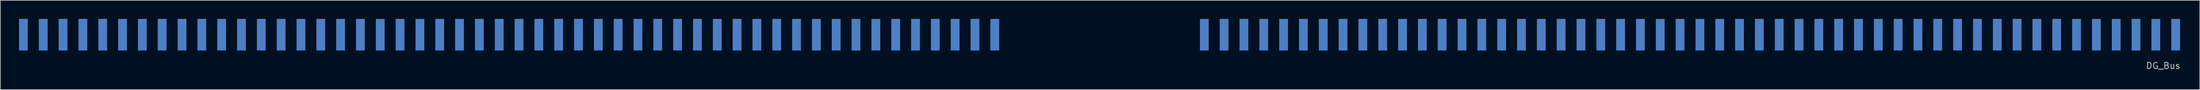
<source format=kicad_pcb>
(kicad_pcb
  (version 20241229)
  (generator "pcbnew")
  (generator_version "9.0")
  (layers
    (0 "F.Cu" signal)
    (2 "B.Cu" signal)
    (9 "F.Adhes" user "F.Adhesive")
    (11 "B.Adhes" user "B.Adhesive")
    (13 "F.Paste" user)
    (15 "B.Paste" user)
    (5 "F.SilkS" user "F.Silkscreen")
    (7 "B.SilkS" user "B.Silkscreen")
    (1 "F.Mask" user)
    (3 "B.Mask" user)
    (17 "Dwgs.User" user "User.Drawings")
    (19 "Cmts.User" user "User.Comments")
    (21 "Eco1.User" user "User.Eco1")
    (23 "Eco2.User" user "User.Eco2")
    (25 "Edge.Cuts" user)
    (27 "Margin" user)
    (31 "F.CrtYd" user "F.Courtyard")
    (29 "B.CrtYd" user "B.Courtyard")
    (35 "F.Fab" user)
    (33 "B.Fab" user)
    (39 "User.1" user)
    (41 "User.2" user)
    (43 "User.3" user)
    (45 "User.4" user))
  (footprint "DG_Bus"
    (layer "F.Cu")
    (at 345.402 2.54)
    (property "Reference" "DG_Bus" (at -2 5 0) (layer "F.Fab") (effects (font (size 1 1) (thickness 0.15))))
    (attr through_hole)
    (pad "A1" connect rect (at 0 0) (size 1.397 5.08) (layers "F.Cu" "F.Mask"))
    (pad "A2" connect rect (at 0 0) (size 1.397 5.08) (layers "B.Cu" "B.Mask"))
    (pad "A3" connect rect (at -3.175 0) (size 1.397 5.08) (layers "F.Cu" "F.Mask"))
    (pad "A4" connect rect (at -3.175 0) (size 1.397 5.08) (layers "B.Cu" "B.Mask"))
    (pad "A5" connect rect (at -6.35 0) (size 1.397 5.08) (layers "F.Cu" "F.Mask"))
    (pad "A6" connect rect (at -6.35 0) (size 1.397 5.08) (layers "B.Cu" "B.Mask"))
    (pad "A7" connect rect (at -9.525 0) (size 1.397 5.08) (layers "F.Cu" "F.Mask"))
    (pad "A8" connect rect (at -9.525 0) (size 1.397 5.08) (layers "B.Cu" "B.Mask"))
    (pad "A9" connect rect (at -12.7 0) (size 1.397 5.08) (layers "F.Cu" "F.Mask"))
    (pad "A10" connect rect (at -12.7 0) (size 1.397 5.08) (layers "B.Cu" "B.Mask"))
    (pad "A11" connect rect (at -15.875 0) (size 1.397 5.08) (layers "F.Cu" "F.Mask"))
    (pad "A12" connect rect (at -15.875 0) (size 1.397 5.08) (layers "B.Cu" "B.Mask"))
    (pad "A13" connect rect (at -19.05 0) (size 1.397 5.08) (layers "F.Cu" "F.Mask"))
    (pad "A14" connect rect (at -19.05 0) (size 1.397 5.08) (layers "B.Cu" "B.Mask"))
    (pad "A15" connect rect (at -22.225 0) (size 1.397 5.08) (layers "F.Cu" "F.Mask"))
    (pad "A16" connect rect (at -22.225 0) (size 1.397 5.08) (layers "B.Cu" "B.Mask"))
    (pad "A17" connect rect (at -25.4 0) (size 1.397 5.08) (layers "F.Cu" "F.Mask"))
    (pad "A18" connect rect (at -25.4 0) (size 1.397 5.08) (layers "B.Cu" "B.Mask"))
    (pad "A19" connect rect (at -28.575 0) (size 1.397 5.08) (layers "F.Cu" "F.Mask"))
    (pad "A20" connect rect (at -28.575 0) (size 1.397 5.08) (layers "B.Cu" "B.Mask"))
    (pad "A21" connect rect (at -31.75 0) (size 1.397 5.08) (layers "F.Cu" "F.Mask"))
    (pad "A22" connect rect (at -31.75 0) (size 1.397 5.08) (layers "B.Cu" "B.Mask"))
    (pad "A23" connect rect (at -34.925 0) (size 1.397 5.08) (layers "F.Cu" "F.Mask"))
    (pad "A24" connect rect (at -34.925 0) (size 1.397 5.08) (layers "B.Cu" "B.Mask"))
    (pad "A25" connect rect (at -38.1 0) (size 1.397 5.08) (layers "F.Cu" "F.Mask"))
    (pad "A26" connect rect (at -38.1 0) (size 1.397 5.08) (layers "B.Cu" "B.Mask"))
    (pad "A27" connect rect (at -41.275 0) (size 1.397 5.08) (layers "F.Cu" "F.Mask"))
    (pad "A28" connect rect (at -41.275 0) (size 1.397 5.08) (layers "B.Cu" "B.Mask"))
    (pad "A29" connect rect (at -44.45 0) (size 1.397 5.08) (layers "F.Cu" "F.Mask"))
    (pad "A30" connect rect (at -44.45 0) (size 1.397 5.08) (layers "B.Cu" "B.Mask"))
    (pad "A31" connect rect (at -47.625 0) (size 1.397 5.08) (layers "F.Cu" "F.Mask"))
    (pad "A32" connect rect (at -47.625 0) (size 1.397 5.08) (layers "B.Cu" "B.Mask"))
    (pad "A33" connect rect (at -50.8 0) (size 1.397 5.08) (layers "F.Cu" "F.Mask"))
    (pad "A34" connect rect (at -50.8 0) (size 1.397 5.08) (layers "B.Cu" "B.Mask"))
    (pad "A35" connect rect (at -53.975 0) (size 1.397 5.08) (layers "F.Cu" "F.Mask"))
    (pad "A36" connect rect (at -53.975 0) (size 1.397 5.08) (layers "B.Cu" "B.Mask"))
    (pad "A37" connect rect (at -57.15 0) (size 1.397 5.08) (layers "F.Cu" "F.Mask"))
    (pad "A38" connect rect (at -57.15 0) (size 1.397 5.08) (layers "B.Cu" "B.Mask"))
    (pad "A39" connect rect (at -60.325 0) (size 1.397 5.08) (layers "F.Cu" "F.Mask"))
    (pad "A40" connect rect (at -60.325 0) (size 1.397 5.08) (layers "B.Cu" "B.Mask"))
    (pad "A41" connect rect (at -63.5 0) (size 1.397 5.08) (layers "F.Cu" "F.Mask"))
    (pad "A42" connect rect (at -63.5 0) (size 1.397 5.08) (layers "B.Cu" "B.Mask"))
    (pad "A43" connect rect (at -66.675 0) (size 1.397 5.08) (layers "F.Cu" "F.Mask"))
    (pad "A44" connect rect (at -66.675 0) (size 1.397 5.08) (layers "B.Cu" "B.Mask"))
    (pad "A45" connect rect (at -69.85 0) (size 1.397 5.08) (layers "F.Cu" "F.Mask"))
    (pad "A46" connect rect (at -69.85 0) (size 1.397 5.08) (layers "B.Cu" "B.Mask"))
    (pad "A47" connect rect (at -73.025 0) (size 1.397 5.08) (layers "F.Cu" "F.Mask"))
    (pad "A48" connect rect (at -73.025 0) (size 1.397 5.08) (layers "B.Cu" "B.Mask"))
    (pad "A49" connect rect (at -76.2 0) (size 1.397 5.08) (layers "F.Cu" "F.Mask"))
    (pad "A50" connect rect (at -76.2 0) (size 1.397 5.08) (layers "B.Cu" "B.Mask"))
    (pad "A51" connect rect (at -79.375 0) (size 1.397 5.08) (layers "F.Cu" "F.Mask"))
    (pad "A52" connect rect (at -79.375 0) (size 1.397 5.08) (layers "B.Cu" "B.Mask"))
    (pad "A53" connect rect (at -82.55 0) (size 1.397 5.08) (layers "F.Cu" "F.Mask"))
    (pad "A54" connect rect (at -82.55 0) (size 1.397 5.08) (layers "B.Cu" "B.Mask"))
    (pad "A55" connect rect (at -85.725 0) (size 1.397 5.08) (layers "F.Cu" "F.Mask"))
    (pad "A56" connect rect (at -85.725 0) (size 1.397 5.08) (layers "B.Cu" "B.Mask"))
    (pad "A57" connect rect (at -88.9 0) (size 1.397 5.08) (layers "F.Cu" "F.Mask"))
    (pad "A58" connect rect (at -88.9 0) (size 1.397 5.08) (layers "B.Cu" "B.Mask"))
    (pad "A59" connect rect (at -92.075 0) (size 1.397 5.08) (layers "F.Cu" "F.Mask"))
    (pad "A60" connect rect (at -92.075 0) (size 1.397 5.08) (layers "B.Cu" "B.Mask"))
    (pad "A61" connect rect (at -95.25 0) (size 1.397 5.08) (layers "F.Cu" "F.Mask"))
    (pad "A62" connect rect (at -95.25 0) (size 1.397 5.08) (layers "B.Cu" "B.Mask"))
    (pad "A63" connect rect (at -98.425 0) (size 1.397 5.08) (layers "F.Cu" "F.Mask"))
    (pad "A64" connect rect (at -98.425 0) (size 1.397 5.08) (layers "B.Cu" "B.Mask"))
    (pad "A65" connect rect (at -101.6 0) (size 1.397 5.08) (layers "F.Cu" "F.Mask"))
    (pad "A66" connect rect (at -101.6 0) (size 1.397 5.08) (layers "B.Cu" "B.Mask"))
    (pad "A67" connect rect (at -104.775 0) (size 1.397 5.08) (layers "F.Cu" "F.Mask"))
    (pad "A68" connect rect (at -104.775 0) (size 1.397 5.08) (layers "B.Cu" "B.Mask"))
    (pad "A69" connect rect (at -107.95 0) (size 1.397 5.08) (layers "F.Cu" "F.Mask"))
    (pad "A70" connect rect (at -107.95 0) (size 1.397 5.08) (layers "B.Cu" "B.Mask"))
    (pad "A71" connect rect (at -111.125 0) (size 1.397 5.08) (layers "F.Cu" "F.Mask"))
    (pad "A72" connect rect (at -111.125 0) (size 1.397 5.08) (layers "B.Cu" "B.Mask"))
    (pad "A73" connect rect (at -114.3 0) (size 1.397 5.08) (layers "F.Cu" "F.Mask"))
    (pad "A74" connect rect (at -114.3 0) (size 1.397 5.08) (layers "B.Cu" "B.Mask"))
    (pad "A75" connect rect (at -117.475 0) (size 1.397 5.08) (layers "F.Cu" "F.Mask"))
    (pad "A76" connect rect (at -117.475 0) (size 1.397 5.08) (layers "B.Cu" "B.Mask"))
    (pad "A77" connect rect (at -120.65 0) (size 1.397 5.08) (layers "F.Cu" "F.Mask"))
    (pad "A78" connect rect (at -120.65 0) (size 1.397 5.08) (layers "B.Cu" "B.Mask"))
    (pad "A79" connect rect (at -123.825 0) (size 1.397 5.08) (layers "F.Cu" "F.Mask"))
    (pad "A80" connect rect (at -123.825 0) (size 1.397 5.08) (layers "B.Cu" "B.Mask"))
    (pad "A81" connect rect (at -127 0) (size 1.397 5.08) (layers "F.Cu" "F.Mask"))
    (pad "A82" connect rect (at -127 0) (size 1.397 5.08) (layers "B.Cu" "B.Mask"))
    (pad "A83" connect rect (at -130.175 0) (size 1.397 5.08) (layers "F.Cu" "F.Mask"))
    (pad "A84" connect rect (at -130.175 0) (size 1.397 5.08) (layers "B.Cu" "B.Mask"))
    (pad "A85" connect rect (at -133.35 0) (size 1.397 5.08) (layers "F.Cu" "F.Mask"))
    (pad "A86" connect rect (at -133.35 0) (size 1.397 5.08) (layers "B.Cu" "B.Mask"))
    (pad "A87" connect rect (at -136.525 0) (size 1.397 5.08) (layers "F.Cu" "F.Mask"))
    (pad "A88" connect rect (at -136.525 0) (size 1.397 5.08) (layers "B.Cu" "B.Mask"))
    (pad "A89" connect rect (at -139.7 0) (size 1.397 5.08) (layers "F.Cu" "F.Mask"))
    (pad "A90" connect rect (at -139.7 0) (size 1.397 5.08) (layers "B.Cu" "B.Mask"))
    (pad "A91" connect rect (at -142.875 0) (size 1.397 5.08) (layers "F.Cu" "F.Mask"))
    (pad "A92" connect rect (at -142.875 0) (size 1.397 5.08) (layers "B.Cu" "B.Mask"))
    (pad "A93" connect rect (at -146.05 0) (size 1.397 5.08) (layers "F.Cu" "F.Mask"))
    (pad "A94" connect rect (at -146.05 0) (size 1.397 5.08) (layers "B.Cu" "B.Mask"))
    (pad "A95" connect rect (at -149.225 0) (size 1.397 5.08) (layers "F.Cu" "F.Mask"))
    (pad "A96" connect rect (at -149.225 0) (size 1.397 5.08) (layers "B.Cu" "B.Mask"))
    (pad "A97" connect rect (at -152.4 0) (size 1.397 5.08) (layers "F.Cu" "F.Mask"))
    (pad "A98" connect rect (at -152.4 0) (size 1.397 5.08) (layers "B.Cu" "B.Mask"))
    (pad "A99" connect rect (at -155.575 0) (size 1.397 5.08) (layers "F.Cu" "F.Mask"))
    (pad "A100" connect rect (at -155.575 0) (size 1.397 5.08) (layers "B.Cu" "B.Mask"))
    (pad "B1" connect rect (at -189.128 0) (size 1.397 5.08) (layers "F.Cu" "F.Mask"))
    (pad "B2" connect rect (at -189.128 0) (size 1.397 5.08) (layers "B.Cu" "B.Mask"))
    (pad "B3" connect rect (at -192.303 0) (size 1.397 5.08) (layers "F.Cu" "F.Mask"))
    (pad "B4" connect rect (at -192.303 0) (size 1.397 5.08) (layers "B.Cu" "B.Mask"))
    (pad "B5" connect rect (at -195.478 0) (size 1.397 5.08) (layers "F.Cu" "F.Mask"))
    (pad "B6" connect rect (at -195.478 0) (size 1.397 5.08) (layers "B.Cu" "B.Mask"))
    (pad "B7" connect rect (at -198.653 0) (size 1.397 5.08) (layers "F.Cu" "F.Mask"))
    (pad "B8" connect rect (at -198.653 0) (size 1.397 5.08) (layers "B.Cu" "B.Mask"))
    (pad "B9" connect rect (at -201.828 0) (size 1.397 5.08) (layers "F.Cu" "F.Mask"))
    (pad "B10" connect rect (at -201.828 0) (size 1.397 5.08) (layers "B.Cu" "B.Mask"))
    (pad "B11" connect rect (at -205.003 0) (size 1.397 5.08) (layers "F.Cu" "F.Mask"))
    (pad "B12" connect rect (at -205.003 0) (size 1.397 5.08) (layers "B.Cu" "B.Mask"))
    (pad "B13" connect rect (at -208.178 0) (size 1.397 5.08) (layers "F.Cu" "F.Mask"))
    (pad "B14" connect rect (at -208.178 0) (size 1.397 5.08) (layers "B.Cu" "B.Mask"))
    (pad "B15" connect rect (at -211.353 0) (size 1.397 5.08) (layers "F.Cu" "F.Mask"))
    (pad "B16" connect rect (at -211.353 0) (size 1.397 5.08) (layers "B.Cu" "B.Mask"))
    (pad "B17" connect rect (at -214.528 0) (size 1.397 5.08) (layers "F.Cu" "F.Mask"))
    (pad "B18" connect rect (at -214.528 0) (size 1.397 5.08) (layers "B.Cu" "B.Mask"))
    (pad "B19" connect rect (at -217.703 0) (size 1.397 5.08) (layers "F.Cu" "F.Mask"))
    (pad "B20" connect rect (at -217.703 0) (size 1.397 5.08) (layers "B.Cu" "B.Mask"))
    (pad "B21" connect rect (at -220.878 0) (size 1.397 5.08) (layers "F.Cu" "F.Mask"))
    (pad "B22" connect rect (at -220.878 0) (size 1.397 5.08) (layers "B.Cu" "B.Mask"))
    (pad "B23" connect rect (at -224.053 0) (size 1.397 5.08) (layers "F.Cu" "F.Mask"))
    (pad "B24" connect rect (at -224.053 0) (size 1.397 5.08) (layers "B.Cu" "B.Mask"))
    (pad "B25" connect rect (at -227.228 0) (size 1.397 5.08) (layers "F.Cu" "F.Mask"))
    (pad "B26" connect rect (at -227.228 0) (size 1.397 5.08) (layers "B.Cu" "B.Mask"))
    (pad "B27" connect rect (at -230.403 0) (size 1.397 5.08) (layers "F.Cu" "F.Mask"))
    (pad "B28" connect rect (at -230.403 0) (size 1.397 5.08) (layers "B.Cu" "B.Mask"))
    (pad "B29" connect rect (at -233.578 0) (size 1.397 5.08) (layers "F.Cu" "F.Mask"))
    (pad "B30" connect rect (at -233.578 0) (size 1.397 5.08) (layers "B.Cu" "B.Mask"))
    (pad "B31" connect rect (at -236.753 0) (size 1.397 5.08) (layers "F.Cu" "F.Mask"))
    (pad "B32" connect rect (at -236.753 0) (size 1.397 5.08) (layers "B.Cu" "B.Mask"))
    (pad "B33" connect rect (at -239.928 0) (size 1.397 5.08) (layers "F.Cu" "F.Mask"))
    (pad "B34" connect rect (at -239.928 0) (size 1.397 5.08) (layers "B.Cu" "B.Mask"))
    (pad "B35" connect rect (at -243.103 0) (size 1.397 5.08) (layers "F.Cu" "F.Mask"))
    (pad "B36" connect rect (at -243.103 0) (size 1.397 5.08) (layers "B.Cu" "B.Mask"))
    (pad "B37" connect rect (at -246.278 0) (size 1.397 5.08) (layers "F.Cu" "F.Mask"))
    (pad "B38" connect rect (at -246.278 0) (size 1.397 5.08) (layers "B.Cu" "B.Mask"))
    (pad "B39" connect rect (at -249.453 0) (size 1.397 5.08) (layers "F.Cu" "F.Mask"))
    (pad "B40" connect rect (at -249.453 0) (size 1.397 5.08) (layers "B.Cu" "B.Mask"))
    (pad "B41" connect rect (at -252.628 0) (size 1.397 5.08) (layers "F.Cu" "F.Mask"))
    (pad "B42" connect rect (at -252.628 0) (size 1.397 5.08) (layers "B.Cu" "B.Mask"))
    (pad "B43" connect rect (at -255.803 0) (size 1.397 5.08) (layers "F.Cu" "F.Mask"))
    (pad "B44" connect rect (at -255.803 0) (size 1.397 5.08) (layers "B.Cu" "B.Mask"))
    (pad "B45" connect rect (at -258.978 0) (size 1.397 5.08) (layers "F.Cu" "F.Mask"))
    (pad "B46" connect rect (at -258.978 0) (size 1.397 5.08) (layers "B.Cu" "B.Mask"))
    (pad "B47" connect rect (at -262.153 0) (size 1.397 5.08) (layers "F.Cu" "F.Mask"))
    (pad "B48" connect rect (at -262.153 0) (size 1.397 5.08) (layers "B.Cu" "B.Mask"))
    (pad "B49" connect rect (at -265.328 0) (size 1.397 5.08) (layers "F.Cu" "F.Mask"))
    (pad "B50" connect rect (at -265.328 0) (size 1.397 5.08) (layers "B.Cu" "B.Mask"))
    (pad "B51" connect rect (at -268.503 0) (size 1.397 5.08) (layers "F.Cu" "F.Mask"))
    (pad "B52" connect rect (at -268.503 0) (size 1.397 5.08) (layers "B.Cu" "B.Mask"))
    (pad "B53" connect rect (at -271.678 0) (size 1.397 5.08) (layers "F.Cu" "F.Mask"))
    (pad "B54" connect rect (at -271.678 0) (size 1.397 5.08) (layers "B.Cu" "B.Mask"))
    (pad "B55" connect rect (at -274.853 0) (size 1.397 5.08) (layers "F.Cu" "F.Mask"))
    (pad "B56" connect rect (at -274.853 0) (size 1.397 5.08) (layers "B.Cu" "B.Mask"))
    (pad "B57" connect rect (at -278.028 0) (size 1.397 5.08) (layers "F.Cu" "F.Mask"))
    (pad "B58" connect rect (at -278.028 0) (size 1.397 5.08) (layers "B.Cu" "B.Mask"))
    (pad "B59" connect rect (at -281.203 0) (size 1.397 5.08) (layers "F.Cu" "F.Mask"))
    (pad "B60" connect rect (at -281.203 0) (size 1.397 5.08) (layers "B.Cu" "B.Mask"))
    (pad "B61" connect rect (at -284.378 0) (size 1.397 5.08) (layers "F.Cu" "F.Mask"))
    (pad "B62" connect rect (at -284.378 0) (size 1.397 5.08) (layers "B.Cu" "B.Mask"))
    (pad "B63" connect rect (at -287.553 0) (size 1.397 5.08) (layers "F.Cu" "F.Mask"))
    (pad "B64" connect rect (at -287.553 0) (size 1.397 5.08) (layers "B.Cu" "B.Mask"))
    (pad "B65" connect rect (at -290.728 0) (size 1.397 5.08) (layers "F.Cu" "F.Mask"))
    (pad "B66" connect rect (at -290.728 0) (size 1.397 5.08) (layers "B.Cu" "B.Mask"))
    (pad "B67" connect rect (at -293.903 0) (size 1.397 5.08) (layers "F.Cu" "F.Mask"))
    (pad "B68" connect rect (at -293.903 0) (size 1.397 5.08) (layers "B.Cu" "B.Mask"))
    (pad "B69" connect rect (at -297.078 0) (size 1.397 5.08) (layers "F.Cu" "F.Mask"))
    (pad "B70" connect rect (at -297.078 0) (size 1.397 5.08) (layers "B.Cu" "B.Mask"))
    (pad "B71" connect rect (at -300.253 0) (size 1.397 5.08) (layers "F.Cu" "F.Mask"))
    (pad "B72" connect rect (at -300.253 0) (size 1.397 5.08) (layers "B.Cu" "B.Mask"))
    (pad "B73" connect rect (at -303.428 0) (size 1.397 5.08) (layers "F.Cu" "F.Mask"))
    (pad "B74" connect rect (at -303.428 0) (size 1.397 5.08) (layers "B.Cu" "B.Mask"))
    (pad "B75" connect rect (at -306.603 0) (size 1.397 5.08) (layers "F.Cu" "F.Mask"))
    (pad "B76" connect rect (at -306.603 0) (size 1.397 5.08) (layers "B.Cu" "B.Mask"))
    (pad "B77" connect rect (at -309.778 0) (size 1.397 5.08) (layers "F.Cu" "F.Mask"))
    (pad "B78" connect rect (at -309.778 0) (size 1.397 5.08) (layers "B.Cu" "B.Mask"))
    (pad "B79" connect rect (at -312.953 0) (size 1.397 5.08) (layers "F.Cu" "F.Mask"))
    (pad "B80" connect rect (at -312.953 0) (size 1.397 5.08) (layers "B.Cu" "B.Mask"))
    (pad "B81" connect rect (at -316.128 0) (size 1.397 5.08) (layers "F.Cu" "F.Mask"))
    (pad "B82" connect rect (at -316.128 0) (size 1.397 5.08) (layers "B.Cu" "B.Mask"))
    (pad "B83" connect rect (at -319.303 0) (size 1.397 5.08) (layers "F.Cu" "F.Mask"))
    (pad "B84" connect rect (at -319.303 0) (size 1.397 5.08) (layers "B.Cu" "B.Mask"))
    (pad "B85" connect rect (at -322.478 0) (size 1.397 5.08) (layers "F.Cu" "F.Mask"))
    (pad "B86" connect rect (at -322.478 0) (size 1.397 5.08) (layers "B.Cu" "B.Mask"))
    (pad "B87" connect rect (at -325.653 0) (size 1.397 5.08) (layers "F.Cu" "F.Mask"))
    (pad "B88" connect rect (at -325.653 0) (size 1.397 5.08) (layers "B.Cu" "B.Mask"))
    (pad "B89" connect rect (at -328.828 0) (size 1.397 5.08) (layers "F.Cu" "F.Mask"))
    (pad "B90" connect rect (at -328.828 0) (size 1.397 5.08) (layers "B.Cu" "B.Mask"))
    (pad "B91" connect rect (at -332.003 0) (size 1.397 5.08) (layers "F.Cu" "F.Mask"))
    (pad "B92" connect rect (at -332.003 0) (size 1.397 5.08) (layers "B.Cu" "B.Mask"))
    (pad "B93" connect rect (at -335.178 0) (size 1.397 5.08) (layers "F.Cu" "F.Mask"))
    (pad "B94" connect rect (at -335.178 0) (size 1.397 5.08) (layers "B.Cu" "B.Mask"))
    (pad "B95" connect rect (at -338.353 0) (size 1.397 5.08) (layers "F.Cu" "F.Mask"))
    (pad "B96" connect rect (at -338.353 0) (size 1.397 5.08) (layers "B.Cu" "B.Mask"))
    (pad "B97" connect rect (at -341.528 0) (size 1.397 5.08) (layers "F.Cu" "F.Mask"))
    (pad "B98" connect rect (at -341.528 0) (size 1.397 5.08) (layers "B.Cu" "B.Mask"))
    (pad "B99" connect rect (at -344.703 0) (size 1.397 5.08) (layers "F.Cu" "F.Mask"))
    (pad "B100" connect rect (at -344.703 0) (size 1.397 5.08) (layers "B.Cu" "B.Mask")))
  (gr_rect
    (start -3 -3)
    (end 349.265 11.388)
    (stroke (width 0.1) (type default))
    (fill no)
    (layer "Edge.Cuts")))
</source>
